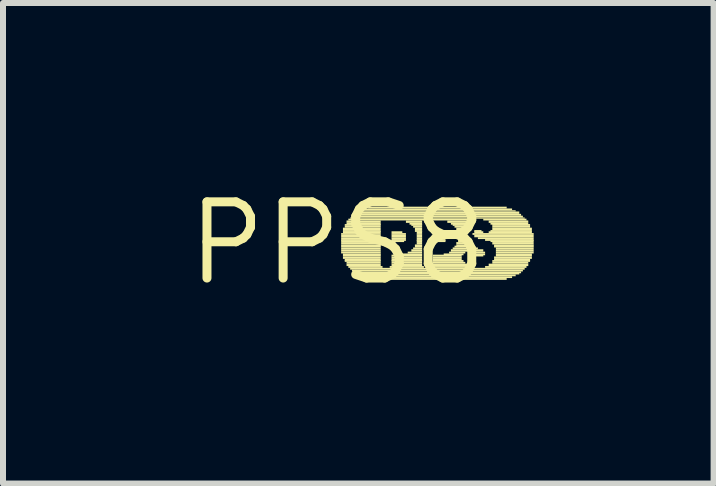
<source format=kicad_pcb>
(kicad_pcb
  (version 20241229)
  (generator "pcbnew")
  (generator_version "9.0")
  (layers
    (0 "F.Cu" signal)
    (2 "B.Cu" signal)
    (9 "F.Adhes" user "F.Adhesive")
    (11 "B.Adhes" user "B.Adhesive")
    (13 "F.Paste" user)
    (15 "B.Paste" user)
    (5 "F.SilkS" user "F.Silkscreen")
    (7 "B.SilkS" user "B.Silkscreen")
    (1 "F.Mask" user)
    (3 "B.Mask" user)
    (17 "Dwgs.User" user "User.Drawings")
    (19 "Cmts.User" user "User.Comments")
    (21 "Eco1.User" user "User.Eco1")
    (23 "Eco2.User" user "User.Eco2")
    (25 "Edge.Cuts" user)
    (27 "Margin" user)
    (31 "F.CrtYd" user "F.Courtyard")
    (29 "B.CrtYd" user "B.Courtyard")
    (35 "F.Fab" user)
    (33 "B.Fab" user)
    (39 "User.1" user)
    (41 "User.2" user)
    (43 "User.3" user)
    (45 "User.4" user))
  (footprint "PPS8"
    (layer "F.Cu")
    (at 2.578 1.006)
    (property "Reference" "PPS8" (at 0 0 0) (layer "F.SilkS") (effects (font (size 1.27 1.27) (thickness 0.15))))
    (fp_poly (pts (xy 0.06 -0.14) (xy 0.72 -0.14) (xy 0.72 -0.17) (xy 0.06 -0.17)) (stroke (width 0) (type default)) (fill yes) (layer "F.SilkS"))
    (fp_poly (pts (xy 0.06 -0.1) (xy 0.72 -0.1) (xy 0.72 -0.14) (xy 0.06 -0.14)) (stroke (width 0) (type default)) (fill yes) (layer "F.SilkS"))
    (fp_poly (pts (xy 0.06 -0.07) (xy 0.72 -0.07) (xy 0.72 -0.1) (xy 0.06 -0.1)) (stroke (width 0) (type default)) (fill yes) (layer "F.SilkS"))
    (fp_poly (pts (xy 0.06 -0.04) (xy 0.72 -0.04) (xy 0.72 -0.07) (xy 0.06 -0.07)) (stroke (width 0) (type default)) (fill yes) (layer "F.SilkS"))
    (fp_poly (pts (xy 0.06 -0.02) (xy 0.72 -0.02) (xy 0.72 -0.05) (xy 0.06 -0.05)) (stroke (width 0) (type default)) (fill yes) (layer "F.SilkS"))
    (fp_poly (pts (xy 0.06 0.02) (xy 0.72 0.02) (xy 0.72 -0.02) (xy 0.06 -0.02)) (stroke (width 0) (type default)) (fill yes) (layer "F.SilkS"))
    (fp_poly (pts (xy 0.06 0.05) (xy 0.72 0.05) (xy 0.72 0.02) (xy 0.06 0.02)) (stroke (width 0) (type default)) (fill yes) (layer "F.SilkS"))
    (fp_poly (pts (xy 0.06 0.07) (xy 0.72 0.07) (xy 0.72 0.04) (xy 0.06 0.04)) (stroke (width 0) (type default)) (fill yes) (layer "F.SilkS"))
    (fp_poly (pts (xy 0.06 0.1) (xy 0.72 0.1) (xy 0.72 0.07) (xy 0.06 0.07)) (stroke (width 0) (type default)) (fill yes) (layer "F.SilkS"))
    (fp_poly (pts (xy 0.06 0.14) (xy 0.72 0.14) (xy 0.72 0.1) (xy 0.06 0.1)) (stroke (width 0) (type default)) (fill yes) (layer "F.SilkS"))
    (fp_poly (pts (xy 0.06 0.17) (xy 0.72 0.17) (xy 0.72 0.14) (xy 0.06 0.14)) (stroke (width 0) (type default)) (fill yes) (layer "F.SilkS"))
    (fp_poly (pts (xy 0.09 -0.22) (xy 0.72 -0.22) (xy 0.72 -0.26) (xy 0.09 -0.26)) (stroke (width 0) (type default)) (fill yes) (layer "F.SilkS"))
    (fp_poly (pts (xy 0.09 -0.19) (xy 0.72 -0.19) (xy 0.72 -0.22) (xy 0.09 -0.22)) (stroke (width 0) (type default)) (fill yes) (layer "F.SilkS"))
    (fp_poly (pts (xy 0.09 -0.17) (xy 0.72 -0.17) (xy 0.72 -0.2) (xy 0.09 -0.2)) (stroke (width 0) (type default)) (fill yes) (layer "F.SilkS"))
    (fp_poly (pts (xy 0.09 0.2) (xy 0.72 0.2) (xy 0.72 0.17) (xy 0.09 0.17)) (stroke (width 0) (type default)) (fill yes) (layer "F.SilkS"))
    (fp_poly (pts (xy 0.09 0.22) (xy 0.72 0.22) (xy 0.72 0.19) (xy 0.09 0.19)) (stroke (width 0) (type default)) (fill yes) (layer "F.SilkS"))
    (fp_poly (pts (xy 0.09 0.26) (xy 0.72 0.26) (xy 0.72 0.22) (xy 0.09 0.22)) (stroke (width 0) (type default)) (fill yes) (layer "F.SilkS"))
    (fp_poly (pts (xy 0.12 -0.29) (xy 0.72 -0.29) (xy 0.72 -0.32) (xy 0.12 -0.32)) (stroke (width 0) (type default)) (fill yes) (layer "F.SilkS"))
    (fp_poly (pts (xy 0.12 -0.26) (xy 0.72 -0.26) (xy 0.72 -0.29) (xy 0.12 -0.29)) (stroke (width 0) (type default)) (fill yes) (layer "F.SilkS"))
    (fp_poly (pts (xy 0.12 0.29) (xy 0.72 0.29) (xy 0.72 0.26) (xy 0.12 0.26)) (stroke (width 0) (type default)) (fill yes) (layer "F.SilkS"))
    (fp_poly (pts (xy 0.12 0.31) (xy 0.72 0.31) (xy 0.72 0.28) (xy 0.12 0.28)) (stroke (width 0) (type default)) (fill yes) (layer "F.SilkS"))
    (fp_poly (pts (xy 0.15 -0.34) (xy 0.72 -0.34) (xy 0.72 -0.38) (xy 0.15 -0.38)) (stroke (width 0) (type default)) (fill yes) (layer "F.SilkS"))
    (fp_poly (pts (xy 0.15 -0.31) (xy 0.72 -0.31) (xy 0.72 -0.34) (xy 0.15 -0.34)) (stroke (width 0) (type default)) (fill yes) (layer "F.SilkS"))
    (fp_poly (pts (xy 0.15 0.34) (xy 0.72 0.34) (xy 0.72 0.31) (xy 0.15 0.31)) (stroke (width 0) (type default)) (fill yes) (layer "F.SilkS"))
    (fp_poly (pts (xy 0.15 0.38) (xy 0.72 0.38) (xy 0.72 0.34) (xy 0.15 0.34)) (stroke (width 0) (type default)) (fill yes) (layer "F.SilkS"))
    (fp_poly (pts (xy 0.18 -0.38) (xy 2.25 -0.38) (xy 2.25 -0.41) (xy 0.18 -0.41)) (stroke (width 0) (type default)) (fill yes) (layer "F.SilkS"))
    (fp_poly (pts (xy 0.18 0.41) (xy 0.75 0.41) (xy 0.75 0.38) (xy 0.18 0.38)) (stroke (width 0) (type default)) (fill yes) (layer "F.SilkS"))
    (fp_poly (pts (xy 0.21 -0.41) (xy 3.12 -0.41) (xy 3.12 -0.43) (xy 0.21 -0.43)) (stroke (width 0) (type default)) (fill yes) (layer "F.SilkS"))
    (fp_poly (pts (xy 0.21 0.44) (xy 3.12 0.44) (xy 3.12 0.41) (xy 0.21 0.41)) (stroke (width 0) (type default)) (fill yes) (layer "F.SilkS"))
    (fp_poly (pts (xy 0.24 -0.43) (xy 3.09 -0.43) (xy 3.09 -0.46) (xy 0.24 -0.46)) (stroke (width 0) (type default)) (fill yes) (layer "F.SilkS"))
    (fp_poly (pts (xy 0.24 0.47) (xy 3.09 0.47) (xy 3.09 0.44) (xy 0.24 0.44)) (stroke (width 0) (type default)) (fill yes) (layer "F.SilkS"))
    (fp_poly (pts (xy 0.27 -0.46) (xy 3.06 -0.46) (xy 3.06 -0.49) (xy 0.27 -0.49)) (stroke (width 0) (type default)) (fill yes) (layer "F.SilkS"))
    (fp_poly (pts (xy 0.27 0.5) (xy 3.06 0.5) (xy 3.06 0.47) (xy 0.27 0.47)) (stroke (width 0) (type default)) (fill yes) (layer "F.SilkS"))
    (fp_poly (pts (xy 0.3 -0.49) (xy 3.03 -0.49) (xy 3.03 -0.53) (xy 0.3 -0.53)) (stroke (width 0) (type default)) (fill yes) (layer "F.SilkS"))
    (fp_poly (pts (xy 0.3 0.52) (xy 3.03 0.52) (xy 3.03 0.49) (xy 0.3 0.49)) (stroke (width 0) (type default)) (fill yes) (layer "F.SilkS"))
    (fp_poly (pts (xy 0.36 -0.53) (xy 2.97 -0.53) (xy 2.97 -0.55) (xy 0.36 -0.55)) (stroke (width 0) (type default)) (fill yes) (layer "F.SilkS"))
    (fp_poly (pts (xy 0.36 0.55) (xy 2.97 0.55) (xy 2.97 0.52) (xy 0.36 0.52)) (stroke (width 0) (type default)) (fill yes) (layer "F.SilkS"))
    (fp_poly (pts (xy 0.42 -0.55) (xy 2.91 -0.55) (xy 2.91 -0.58) (xy 0.42 -0.58)) (stroke (width 0) (type default)) (fill yes) (layer "F.SilkS"))
    (fp_poly (pts (xy 0.42 0.58) (xy 2.91 0.58) (xy 2.91 0.55) (xy 0.42 0.55)) (stroke (width 0) (type default)) (fill yes) (layer "F.SilkS"))
    (fp_poly (pts (xy 0.51 -0.58) (xy 2.82 -0.58) (xy 2.82 -0.61) (xy 0.51 -0.61)) (stroke (width 0) (type default)) (fill yes) (layer "F.SilkS"))
    (fp_poly (pts (xy 0.51 0.61) (xy 2.82 0.61) (xy 2.82 0.58) (xy 0.51 0.58)) (stroke (width 0) (type default)) (fill yes) (layer "F.SilkS"))
    (fp_poly (pts (xy 0.87 0.41) (xy 1.44 0.41) (xy 1.44 0.38) (xy 0.87 0.38)) (stroke (width 0) (type default)) (fill yes) (layer "F.SilkS"))
    (fp_poly (pts (xy 0.9 -0.17) (xy 1.08 -0.17) (xy 1.08 -0.2) (xy 0.9 -0.2)) (stroke (width 0) (type default)) (fill yes) (layer "F.SilkS"))
    (fp_poly (pts (xy 0.9 -0.14) (xy 1.14 -0.14) (xy 1.14 -0.17) (xy 0.9 -0.17)) (stroke (width 0) (type default)) (fill yes) (layer "F.SilkS"))
    (fp_poly (pts (xy 0.9 -0.1) (xy 1.14 -0.1) (xy 1.14 -0.14) (xy 0.9 -0.14)) (stroke (width 0) (type default)) (fill yes) (layer "F.SilkS"))
    (fp_poly (pts (xy 0.9 -0.07) (xy 1.14 -0.07) (xy 1.14 -0.1) (xy 0.9 -0.1)) (stroke (width 0) (type default)) (fill yes) (layer "F.SilkS"))
    (fp_poly (pts (xy 0.9 -0.04) (xy 1.14 -0.04) (xy 1.14 -0.07) (xy 0.9 -0.07)) (stroke (width 0) (type default)) (fill yes) (layer "F.SilkS"))
    (fp_poly (pts (xy 0.9 -0.02) (xy 1.11 -0.02) (xy 1.11 -0.05) (xy 0.9 -0.05)) (stroke (width 0) (type default)) (fill yes) (layer "F.SilkS"))
    (fp_poly (pts (xy 0.9 0.22) (xy 1.41 0.22) (xy 1.41 0.19) (xy 0.9 0.19)) (stroke (width 0) (type default)) (fill yes) (layer "F.SilkS"))
    (fp_poly (pts (xy 0.9 0.26) (xy 1.41 0.26) (xy 1.41 0.22) (xy 0.9 0.22)) (stroke (width 0) (type default)) (fill yes) (layer "F.SilkS"))
    (fp_poly (pts (xy 0.9 0.29) (xy 1.41 0.29) (xy 1.41 0.26) (xy 0.9 0.26)) (stroke (width 0) (type default)) (fill yes) (layer "F.SilkS"))
    (fp_poly (pts (xy 0.9 0.31) (xy 1.41 0.31) (xy 1.41 0.28) (xy 0.9 0.28)) (stroke (width 0) (type default)) (fill yes) (layer "F.SilkS"))
    (fp_poly (pts (xy 0.9 0.34) (xy 1.41 0.34) (xy 1.41 0.31) (xy 0.9 0.31)) (stroke (width 0) (type default)) (fill yes) (layer "F.SilkS"))
    (fp_poly (pts (xy 0.9 0.38) (xy 1.41 0.38) (xy 1.41 0.34) (xy 0.9 0.34)) (stroke (width 0) (type default)) (fill yes) (layer "F.SilkS"))
    (fp_poly (pts (xy 1.08 0.2) (xy 1.41 0.2) (xy 1.41 0.17) (xy 1.08 0.17)) (stroke (width 0) (type default)) (fill yes) (layer "F.SilkS"))
    (fp_poly (pts (xy 1.14 -0.34) (xy 1.41 -0.34) (xy 1.41 -0.38) (xy 1.14 -0.38)) (stroke (width 0) (type default)) (fill yes) (layer "F.SilkS"))
    (fp_poly (pts (xy 1.17 0.17) (xy 1.41 0.17) (xy 1.41 0.14) (xy 1.17 0.14)) (stroke (width 0) (type default)) (fill yes) (layer "F.SilkS"))
    (fp_poly (pts (xy 1.2 -0.31) (xy 1.41 -0.31) (xy 1.41 -0.34) (xy 1.2 -0.34)) (stroke (width 0) (type default)) (fill yes) (layer "F.SilkS"))
    (fp_poly (pts (xy 1.23 -0.29) (xy 1.41 -0.29) (xy 1.41 -0.32) (xy 1.23 -0.32)) (stroke (width 0) (type default)) (fill yes) (layer "F.SilkS"))
    (fp_poly (pts (xy 1.23 0.14) (xy 1.41 0.14) (xy 1.41 0.1) (xy 1.23 0.1)) (stroke (width 0) (type default)) (fill yes) (layer "F.SilkS"))
    (fp_poly (pts (xy 1.26 -0.26) (xy 1.41 -0.26) (xy 1.41 -0.29) (xy 1.26 -0.29)) (stroke (width 0) (type default)) (fill yes) (layer "F.SilkS"))
    (fp_poly (pts (xy 1.26 0.1) (xy 1.41 0.1) (xy 1.41 0.07) (xy 1.26 0.07)) (stroke (width 0) (type default)) (fill yes) (layer "F.SilkS"))
    (fp_poly (pts (xy 1.29 -0.22) (xy 1.41 -0.22) (xy 1.41 -0.26) (xy 1.29 -0.26)) (stroke (width 0) (type default)) (fill yes) (layer "F.SilkS"))
    (fp_poly (pts (xy 1.29 -0.19) (xy 1.41 -0.19) (xy 1.41 -0.22) (xy 1.29 -0.22)) (stroke (width 0) (type default)) (fill yes) (layer "F.SilkS"))
    (fp_poly (pts (xy 1.29 0.05) (xy 1.41 0.05) (xy 1.41 0.02) (xy 1.29 0.02)) (stroke (width 0) (type default)) (fill yes) (layer "F.SilkS"))
    (fp_poly (pts (xy 1.29 0.07) (xy 1.41 0.07) (xy 1.41 0.04) (xy 1.29 0.04)) (stroke (width 0) (type default)) (fill yes) (layer "F.SilkS"))
    (fp_poly (pts (xy 1.32 -0.17) (xy 1.41 -0.17) (xy 1.41 -0.2) (xy 1.32 -0.2)) (stroke (width 0) (type default)) (fill yes) (layer "F.SilkS"))
    (fp_poly (pts (xy 1.32 -0.14) (xy 1.41 -0.14) (xy 1.41 -0.17) (xy 1.32 -0.17)) (stroke (width 0) (type default)) (fill yes) (layer "F.SilkS"))
    (fp_poly (pts (xy 1.32 -0.1) (xy 1.41 -0.1) (xy 1.41 -0.14) (xy 1.32 -0.14)) (stroke (width 0) (type default)) (fill yes) (layer "F.SilkS"))
    (fp_poly (pts (xy 1.32 -0.07) (xy 1.41 -0.07) (xy 1.41 -0.1) (xy 1.32 -0.1)) (stroke (width 0) (type default)) (fill yes) (layer "F.SilkS"))
    (fp_poly (pts (xy 1.32 -0.04) (xy 1.41 -0.04) (xy 1.41 -0.07) (xy 1.32 -0.07)) (stroke (width 0) (type default)) (fill yes) (layer "F.SilkS"))
    (fp_poly (pts (xy 1.32 -0.02) (xy 1.41 -0.02) (xy 1.41 -0.05) (xy 1.32 -0.05)) (stroke (width 0) (type default)) (fill yes) (layer "F.SilkS"))
    (fp_poly (pts (xy 1.32 0.02) (xy 1.41 0.02) (xy 1.41 -0.02) (xy 1.32 -0.02)) (stroke (width 0) (type default)) (fill yes) (layer "F.SilkS"))
    (fp_poly (pts (xy 1.56 0.41) (xy 2.22 0.41) (xy 2.22 0.38) (xy 1.56 0.38)) (stroke (width 0) (type default)) (fill yes) (layer "F.SilkS"))
    (fp_poly (pts (xy 1.59 -0.17) (xy 1.77 -0.17) (xy 1.77 -0.2) (xy 1.59 -0.2)) (stroke (width 0) (type default)) (fill yes) (layer "F.SilkS"))
    (fp_poly (pts (xy 1.59 -0.14) (xy 1.8 -0.14) (xy 1.8 -0.17) (xy 1.59 -0.17)) (stroke (width 0) (type default)) (fill yes) (layer "F.SilkS"))
    (fp_poly (pts (xy 1.59 -0.1) (xy 1.83 -0.1) (xy 1.83 -0.14) (xy 1.59 -0.14)) (stroke (width 0) (type default)) (fill yes) (layer "F.SilkS"))
    (fp_poly (pts (xy 1.59 -0.07) (xy 1.83 -0.07) (xy 1.83 -0.1) (xy 1.59 -0.1)) (stroke (width 0) (type default)) (fill yes) (layer "F.SilkS"))
    (fp_poly (pts (xy 1.59 -0.04) (xy 1.8 -0.04) (xy 1.8 -0.07) (xy 1.59 -0.07)) (stroke (width 0) (type default)) (fill yes) (layer "F.SilkS"))
    (fp_poly (pts (xy 1.59 -0.02) (xy 1.8 -0.02) (xy 1.8 -0.05) (xy 1.59 -0.05)) (stroke (width 0) (type default)) (fill yes) (layer "F.SilkS"))
    (fp_poly (pts (xy 1.59 0.22) (xy 2.07 0.22) (xy 2.07 0.19) (xy 1.59 0.19)) (stroke (width 0) (type default)) (fill yes) (layer "F.SilkS"))
    (fp_poly (pts (xy 1.59 0.26) (xy 2.07 0.26) (xy 2.07 0.22) (xy 1.59 0.22)) (stroke (width 0) (type default)) (fill yes) (layer "F.SilkS"))
    (fp_poly (pts (xy 1.59 0.29) (xy 2.07 0.29) (xy 2.07 0.26) (xy 1.59 0.26)) (stroke (width 0) (type default)) (fill yes) (layer "F.SilkS"))
    (fp_poly (pts (xy 1.59 0.31) (xy 2.1 0.31) (xy 2.1 0.28) (xy 1.59 0.28)) (stroke (width 0) (type default)) (fill yes) (layer "F.SilkS"))
    (fp_poly (pts (xy 1.59 0.34) (xy 2.13 0.34) (xy 2.13 0.31) (xy 1.59 0.31)) (stroke (width 0) (type default)) (fill yes) (layer "F.SilkS"))
    (fp_poly (pts (xy 1.59 0.38) (xy 2.16 0.38) (xy 2.16 0.34) (xy 1.59 0.34)) (stroke (width 0) (type default)) (fill yes) (layer "F.SilkS"))
    (fp_poly (pts (xy 1.77 0.2) (xy 2.1 0.2) (xy 2.1 0.17) (xy 1.77 0.17)) (stroke (width 0) (type default)) (fill yes) (layer "F.SilkS"))
    (fp_poly (pts (xy 1.83 -0.34) (xy 2.19 -0.34) (xy 2.19 -0.38) (xy 1.83 -0.38)) (stroke (width 0) (type default)) (fill yes) (layer "F.SilkS"))
    (fp_poly (pts (xy 1.86 0.17) (xy 2.13 0.17) (xy 2.13 0.14) (xy 1.86 0.14)) (stroke (width 0) (type default)) (fill yes) (layer "F.SilkS"))
    (fp_poly (pts (xy 1.89 -0.31) (xy 2.16 -0.31) (xy 2.16 -0.34) (xy 1.89 -0.34)) (stroke (width 0) (type default)) (fill yes) (layer "F.SilkS"))
    (fp_poly (pts (xy 1.89 0.14) (xy 2.43 0.14) (xy 2.43 0.1) (xy 1.89 0.1)) (stroke (width 0) (type default)) (fill yes) (layer "F.SilkS"))
    (fp_poly (pts (xy 1.92 -0.29) (xy 2.13 -0.29) (xy 2.13 -0.32) (xy 1.92 -0.32)) (stroke (width 0) (type default)) (fill yes) (layer "F.SilkS"))
    (fp_poly (pts (xy 1.92 0.1) (xy 2.34 0.1) (xy 2.34 0.07) (xy 1.92 0.07)) (stroke (width 0) (type default)) (fill yes) (layer "F.SilkS"))
    (fp_poly (pts (xy 1.95 -0.26) (xy 2.1 -0.26) (xy 2.1 -0.29) (xy 1.95 -0.29)) (stroke (width 0) (type default)) (fill yes) (layer "F.SilkS"))
    (fp_poly (pts (xy 1.95 0.07) (xy 2.25 0.07) (xy 2.25 0.04) (xy 1.95 0.04)) (stroke (width 0) (type default)) (fill yes) (layer "F.SilkS"))
    (fp_poly (pts (xy 1.98 -0.22) (xy 2.1 -0.22) (xy 2.1 -0.26) (xy 1.98 -0.26)) (stroke (width 0) (type default)) (fill yes) (layer "F.SilkS"))
    (fp_poly (pts (xy 1.98 -0.19) (xy 2.07 -0.19) (xy 2.07 -0.22) (xy 1.98 -0.22)) (stroke (width 0) (type default)) (fill yes) (layer "F.SilkS"))
    (fp_poly (pts (xy 1.98 -0.17) (xy 2.07 -0.17) (xy 2.07 -0.2) (xy 1.98 -0.2)) (stroke (width 0) (type default)) (fill yes) (layer "F.SilkS"))
    (fp_poly (pts (xy 1.98 0.02) (xy 2.13 0.02) (xy 2.13 -0.02) (xy 1.98 -0.02)) (stroke (width 0) (type default)) (fill yes) (layer "F.SilkS"))
    (fp_poly (pts (xy 1.98 0.05) (xy 2.19 0.05) (xy 2.19 0.02) (xy 1.98 0.02)) (stroke (width 0) (type default)) (fill yes) (layer "F.SilkS"))
    (fp_poly (pts (xy 2.01 -0.14) (xy 2.07 -0.14) (xy 2.07 -0.17) (xy 2.01 -0.17)) (stroke (width 0) (type default)) (fill yes) (layer "F.SilkS"))
    (fp_poly (pts (xy 2.01 -0.1) (xy 2.07 -0.1) (xy 2.07 -0.14) (xy 2.01 -0.14)) (stroke (width 0) (type default)) (fill yes) (layer "F.SilkS"))
    (fp_poly (pts (xy 2.01 -0.07) (xy 2.1 -0.07) (xy 2.1 -0.1) (xy 2.01 -0.1)) (stroke (width 0) (type default)) (fill yes) (layer "F.SilkS"))
    (fp_poly (pts (xy 2.01 -0.04) (xy 2.1 -0.04) (xy 2.1 -0.07) (xy 2.01 -0.07)) (stroke (width 0) (type default)) (fill yes) (layer "F.SilkS"))
    (fp_poly (pts (xy 2.01 -0.02) (xy 2.13 -0.02) (xy 2.13 -0.05) (xy 2.01 -0.05)) (stroke (width 0) (type default)) (fill yes) (layer "F.SilkS"))
    (fp_poly (pts (xy 2.19 0.17) (xy 2.46 0.17) (xy 2.46 0.14) (xy 2.19 0.14)) (stroke (width 0) (type default)) (fill yes) (layer "F.SilkS"))
    (fp_poly (pts (xy 2.25 -0.14) (xy 3.27 -0.14) (xy 3.27 -0.17) (xy 2.25 -0.17)) (stroke (width 0) (type default)) (fill yes) (layer "F.SilkS"))
    (fp_poly (pts (xy 2.25 0.2) (xy 2.46 0.2) (xy 2.46 0.17) (xy 2.25 0.17)) (stroke (width 0) (type default)) (fill yes) (layer "F.SilkS"))
    (fp_poly (pts (xy 2.28 -0.19) (xy 2.4 -0.19) (xy 2.4 -0.22) (xy 2.28 -0.22)) (stroke (width 0) (type default)) (fill yes) (layer "F.SilkS"))
    (fp_poly (pts (xy 2.28 -0.17) (xy 2.43 -0.17) (xy 2.43 -0.2) (xy 2.28 -0.2)) (stroke (width 0) (type default)) (fill yes) (layer "F.SilkS"))
    (fp_poly (pts (xy 2.28 -0.1) (xy 3.27 -0.1) (xy 3.27 -0.14) (xy 2.28 -0.14)) (stroke (width 0) (type default)) (fill yes) (layer "F.SilkS"))
    (fp_poly (pts (xy 2.28 0.22) (xy 2.43 0.22) (xy 2.43 0.19) (xy 2.28 0.19)) (stroke (width 0) (type default)) (fill yes) (layer "F.SilkS"))
    (fp_poly (pts (xy 2.34 -0.07) (xy 3.27 -0.07) (xy 3.27 -0.1) (xy 2.34 -0.1)) (stroke (width 0) (type default)) (fill yes) (layer "F.SilkS"))
    (fp_poly (pts (xy 2.43 -0.38) (xy 3.15 -0.38) (xy 3.15 -0.41) (xy 2.43 -0.41)) (stroke (width 0) (type default)) (fill yes) (layer "F.SilkS"))
    (fp_poly (pts (xy 2.46 -0.04) (xy 3.27 -0.04) (xy 3.27 -0.07) (xy 2.46 -0.07)) (stroke (width 0) (type default)) (fill yes) (layer "F.SilkS"))
    (fp_poly (pts (xy 2.46 0.41) (xy 3.15 0.41) (xy 3.15 0.38) (xy 2.46 0.38)) (stroke (width 0) (type default)) (fill yes) (layer "F.SilkS"))
    (fp_poly (pts (xy 2.52 -0.34) (xy 3.18 -0.34) (xy 3.18 -0.38) (xy 2.52 -0.38)) (stroke (width 0) (type default)) (fill yes) (layer "F.SilkS"))
    (fp_poly (pts (xy 2.52 -0.17) (xy 3.24 -0.17) (xy 3.24 -0.2) (xy 2.52 -0.2)) (stroke (width 0) (type default)) (fill yes) (layer "F.SilkS"))
    (fp_poly (pts (xy 2.52 0.38) (xy 3.18 0.38) (xy 3.18 0.34) (xy 2.52 0.34)) (stroke (width 0) (type default)) (fill yes) (layer "F.SilkS"))
    (fp_poly (pts (xy 2.55 -0.31) (xy 3.18 -0.31) (xy 3.18 -0.34) (xy 2.55 -0.34)) (stroke (width 0) (type default)) (fill yes) (layer "F.SilkS"))
    (fp_poly (pts (xy 2.55 -0.19) (xy 3.24 -0.19) (xy 3.24 -0.22) (xy 2.55 -0.22)) (stroke (width 0) (type default)) (fill yes) (layer "F.SilkS"))
    (fp_poly (pts (xy 2.55 -0.02) (xy 3.27 -0.02) (xy 3.27 -0.05) (xy 2.55 -0.05)) (stroke (width 0) (type default)) (fill yes) (layer "F.SilkS"))
    (fp_poly (pts (xy 2.58 -0.29) (xy 3.21 -0.29) (xy 3.21 -0.32) (xy 2.58 -0.32)) (stroke (width 0) (type default)) (fill yes) (layer "F.SilkS"))
    (fp_poly (pts (xy 2.58 -0.26) (xy 3.21 -0.26) (xy 3.21 -0.29) (xy 2.58 -0.29)) (stroke (width 0) (type default)) (fill yes) (layer "F.SilkS"))
    (fp_poly (pts (xy 2.58 -0.22) (xy 3.24 -0.22) (xy 3.24 -0.26) (xy 2.58 -0.26)) (stroke (width 0) (type default)) (fill yes) (layer "F.SilkS"))
    (fp_poly (pts (xy 2.58 0.02) (xy 3.27 0.02) (xy 3.27 -0.02) (xy 2.58 -0.02)) (stroke (width 0) (type default)) (fill yes) (layer "F.SilkS"))
    (fp_poly (pts (xy 2.58 0.31) (xy 3.21 0.31) (xy 3.21 0.28) (xy 2.58 0.28)) (stroke (width 0) (type default)) (fill yes) (layer "F.SilkS"))
    (fp_poly (pts (xy 2.58 0.34) (xy 3.18 0.34) (xy 3.18 0.31) (xy 2.58 0.31)) (stroke (width 0) (type default)) (fill yes) (layer "F.SilkS"))
    (fp_poly (pts (xy 2.61 0.05) (xy 3.27 0.05) (xy 3.27 0.02) (xy 2.61 0.02)) (stroke (width 0) (type default)) (fill yes) (layer "F.SilkS"))
    (fp_poly (pts (xy 2.61 0.07) (xy 3.27 0.07) (xy 3.27 0.04) (xy 2.61 0.04)) (stroke (width 0) (type default)) (fill yes) (layer "F.SilkS"))
    (fp_poly (pts (xy 2.61 0.26) (xy 3.24 0.26) (xy 3.24 0.22) (xy 2.61 0.22)) (stroke (width 0) (type default)) (fill yes) (layer "F.SilkS"))
    (fp_poly (pts (xy 2.61 0.29) (xy 3.21 0.29) (xy 3.21 0.26) (xy 2.61 0.26)) (stroke (width 0) (type default)) (fill yes) (layer "F.SilkS"))
    (fp_poly (pts (xy 2.64 0.1) (xy 3.27 0.1) (xy 3.27 0.07) (xy 2.64 0.07)) (stroke (width 0) (type default)) (fill yes) (layer "F.SilkS"))
    (fp_poly (pts (xy 2.64 0.14) (xy 3.27 0.14) (xy 3.27 0.1) (xy 2.64 0.1)) (stroke (width 0) (type default)) (fill yes) (layer "F.SilkS"))
    (fp_poly (pts (xy 2.64 0.17) (xy 3.27 0.17) (xy 3.27 0.14) (xy 2.64 0.14)) (stroke (width 0) (type default)) (fill yes) (layer "F.SilkS"))
    (fp_poly (pts (xy 2.64 0.2) (xy 3.24 0.2) (xy 3.24 0.17) (xy 2.64 0.17)) (stroke (width 0) (type default)) (fill yes) (layer "F.SilkS"))
    (fp_poly (pts (xy 2.64 0.22) (xy 3.24 0.22) (xy 3.24 0.19) (xy 2.64 0.19)) (stroke (width 0) (type default)) (fill yes) (layer "F.SilkS")))
  (gr_rect
    (start -3 -3)
    (end 8.848 5.012)
    (stroke (width 0.1) (type default))
    (fill no)
    (layer "Edge.Cuts")))
</source>
